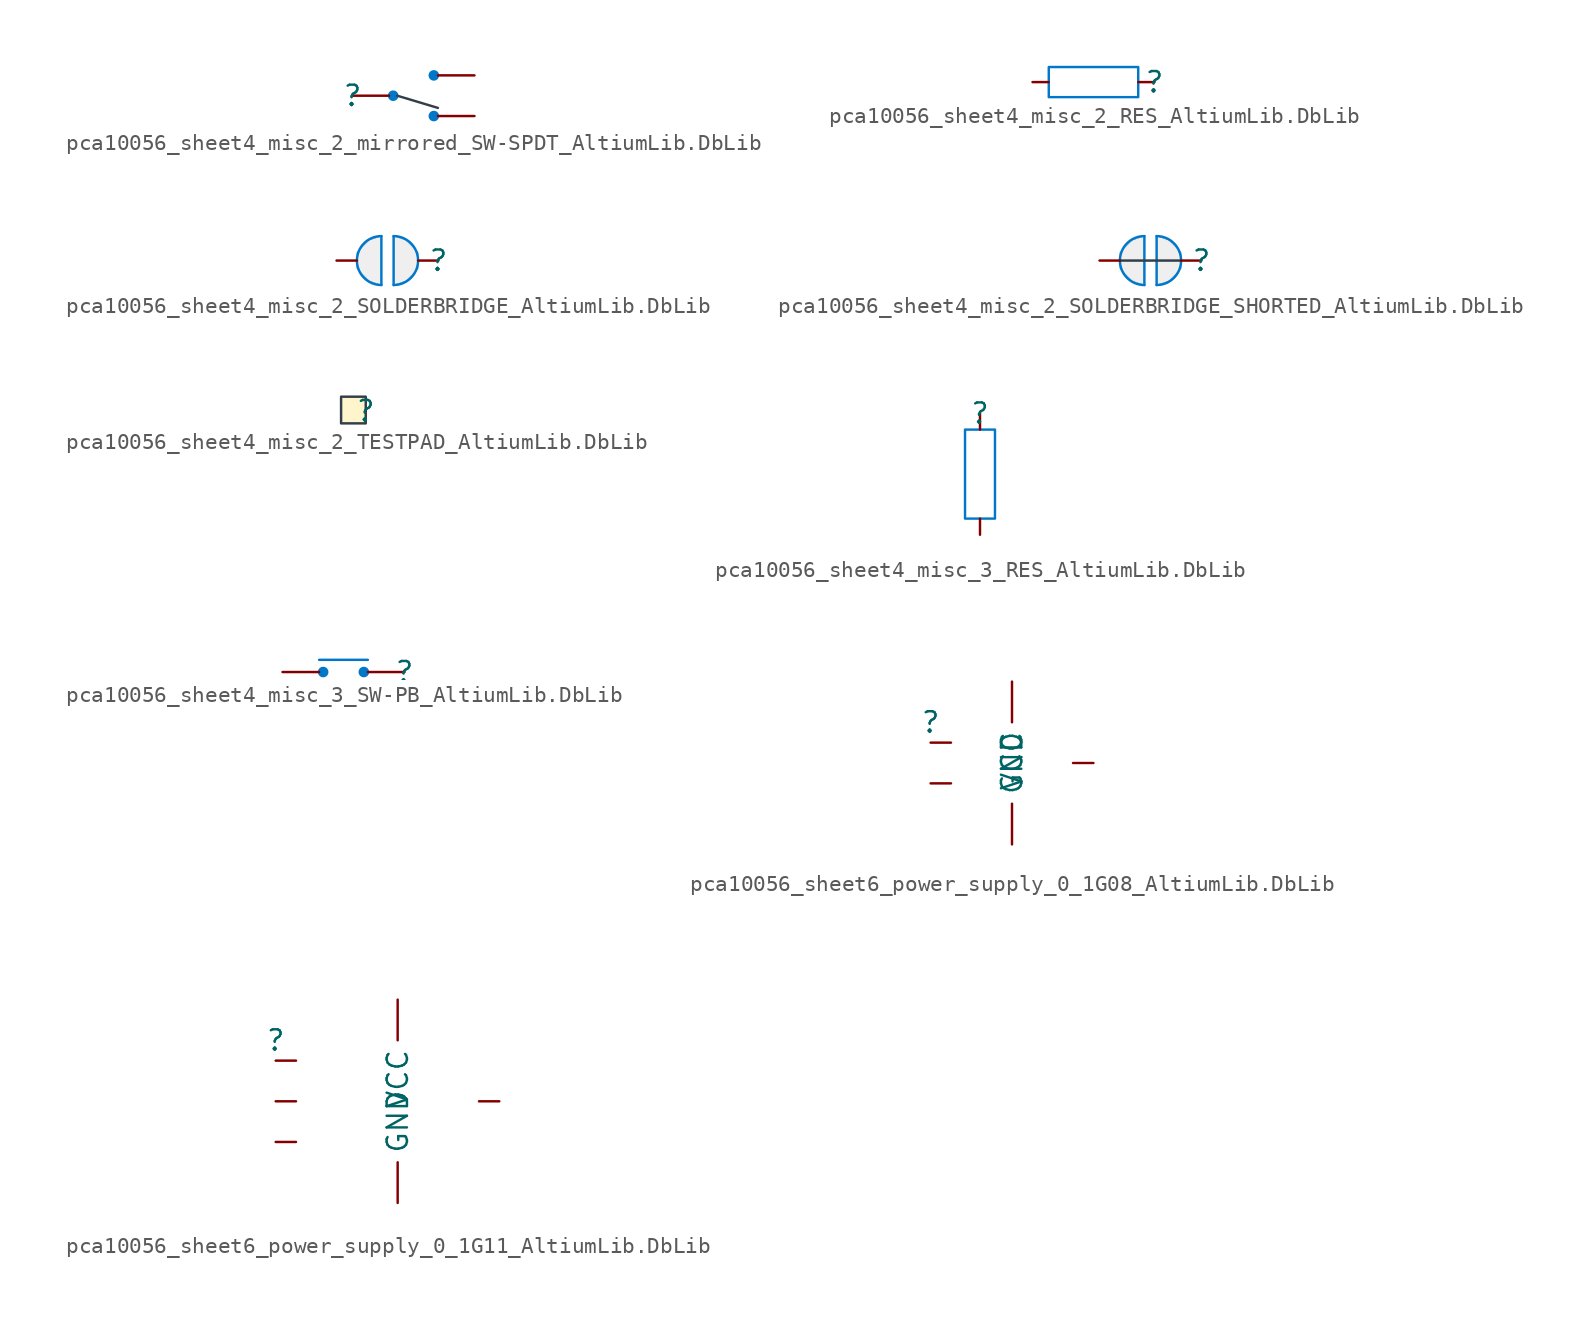
<source format=kicad_sym>
(kicad_symbol_lib
  (version 20241209)
  (generator "kicad_symbol_editor")
  (generator_version "9.0")
  (symbol "pca10056_sheet4_misc_2_mirrored_SW-SPDT_AltiumLib.DbLib"
    (pin_numbers
      (hide yes))
    (pin_names
      (hide yes))
    (property "Reference" ""
      (at 0 0 0)
      (effects (font (size 1.27 1.27))))
    (property "Value" ""
      (at 0 0 0)
      (effects (font (size 1.27 1.27))))
    (symbol "pca10056_sheet4_misc_2_mirrored_SW-SPDT_AltiumLib.DbLib_1_0"
      (circle (center 2.54 0) (radius 0.254) (stroke (width 0) (type solid) (color 0 119 200 1)) (fill (type outline)))
      (polyline (pts (xy 2.794 0) (xy 5.334 -0.762)) (stroke (width 0) (type solid) (color 51 63 72 1)) (fill (type none)))
      (circle (center 5.08 1.27) (radius 0.254) (stroke (width 0) (type solid) (color 0 119 200 1)) (fill (type outline)))
      (circle (center 5.08 -1.27) (radius 0.254) (stroke (width 0) (type solid) (color 0 119 200 1)) (fill (type outline)))
      (pin passive line (at 0 0 0) (length 2.286) (name "COM" (effects (font (size 1.27 1.27)))) (number "2" (effects (font (size 1.27 1.27)))))
      (pin passive line (at 7.62 1.27 180) (length 2.286) (name "N.O" (effects (font (size 1.27 1.27)))) (number "3" (effects (font (size 1.27 1.27)))))
      (pin passive line (at 7.62 -1.27 180) (length 2.286) (name "N.C" (effects (font (size 1.27 1.27)))) (number "1" (effects (font (size 1.27 1.27)))))))
  (symbol "pca10056_sheet4_misc_2_RES_AltiumLib.DbLib"
    (pin_numbers
      (hide yes))
    (pin_names
      (hide yes))
    (property "Reference" ""
      (at 0 0 0)
      (effects (font (size 1.27 1.27))))
    (property "Value" ""
      (at 0 0 0)
      (effects (font (size 1.27 1.27))))
    (symbol "pca10056_sheet4_misc_2_RES_AltiumLib.DbLib_1_0"
      (polyline (pts (xy -6.604 -0.94) (xy -1.016 -0.94) (xy -1.016 0.94) (xy -6.604 0.94) (xy -6.604 -0.94)) (stroke (width 0) (type solid) (color 0 119 200 1)) (fill (type none)))
      (pin passive line (at -7.62 0 0) (length 1.016) (name "2" (effects (font (size 1.27 1.27)))) (number "2" (effects (font (size 1.27 1.27)))))
      (pin passive line (at 0 0 180) (length 1.016) (name "1" (effects (font (size 1.27 1.27)))) (number "1" (effects (font (size 1.27 1.27)))))))
  (symbol "pca10056_sheet4_misc_2_SOLDERBRIDGE_AltiumLib.DbLib"
    (pin_numbers
      (hide yes))
    (pin_names
      (hide yes))
    (property "Reference" ""
      (at 0 0 0)
      (effects (font (size 1.27 1.27))))
    (property "Value" ""
      (at 0 0 0)
      (effects (font (size 1.27 1.27))))
    (symbol "pca10056_sheet4_misc_2_SOLDERBRIDGE_AltiumLib.DbLib_1_0"
      (arc (start -3.556 -1.524) (mid -5.08 0) (end -3.556 1.524) (stroke (width 0) (type solid) (color 0 119 200 1)) (fill (type none)))
      (polyline (pts (xy -3.556 -1.524) (xy -3.556 1.524)) (stroke (width 0) (type solid) (color 0 119 200 1)) (fill (type none)))
      (polyline (pts (xy -3.556 -1.524) (xy -4.318 -1.27) (xy -5.08 -0.508) (xy -5.08 0.508) (xy -4.318 1.27) (xy -3.556 1.524) (xy -3.556 -1.524)) (stroke (width 0.025) (type solid) (color 0 119 200 1)) (fill (type color) (color 239 239 239 1)))
      (polyline (pts (xy -2.794 1.524) (xy -2.794 -1.524)) (stroke (width 0) (type solid) (color 0 119 200 1)) (fill (type none)))
      (polyline (pts (xy -2.794 1.524) (xy -2.032 1.27) (xy -1.27 0.508) (xy -1.27 -0.508) (xy -2.032 -1.27) (xy -2.794 -1.524) (xy -2.794 1.524)) (stroke (width 0.025) (type solid) (color 0 119 200 1)) (fill (type color) (color 239 239 239 1)))
      (arc (start -2.794 1.524) (mid -1.27 0) (end -2.794 -1.524) (stroke (width 0) (type solid) (color 0 119 200 1)) (fill (type none)))
      (pin passive line (at -6.35 0 0) (length 1.27) (name "0" (effects (font (size 1.27 1.27)))) (number "1" (effects (font (size 1.27 1.27)))))
      (pin passive line (at 0 0 180) (length 1.27) (name "1" (effects (font (size 1.27 1.27)))) (number "2" (effects (font (size 1.27 1.27)))))))
  (symbol "pca10056_sheet4_misc_2_SOLDERBRIDGE_SHORTED_AltiumLib.DbLib"
    (pin_numbers
      (hide yes))
    (pin_names
      (hide yes))
    (property "Reference" ""
      (at 0 0 0)
      (effects (font (size 1.27 1.27))))
    (property "Value" ""
      (at 0 0 0)
      (effects (font (size 1.27 1.27))))
    (symbol "pca10056_sheet4_misc_2_SOLDERBRIDGE_SHORTED_AltiumLib.DbLib_1_0"
      (arc (start -3.556 -1.524) (mid -5.08 0) (end -3.556 1.524) (stroke (width 0) (type solid) (color 0 119 200 1)) (fill (type none)))
      (polyline (pts (xy -3.556 -1.524) (xy -3.556 1.524)) (stroke (width 0) (type solid) (color 0 119 200 1)) (fill (type none)))
      (polyline (pts (xy -3.556 -1.524) (xy -4.318 -1.27) (xy -5.08 -0.508) (xy -5.08 0.508) (xy -4.318 1.27) (xy -3.556 1.524) (xy -3.556 -1.524)) (stroke (width 0.025) (type solid) (color 0 119 200 1)) (fill (type color) (color 239 239 239 1)))
      (polyline (pts (xy -2.794 1.524) (xy -2.794 -1.524)) (stroke (width 0) (type solid) (color 0 119 200 1)) (fill (type none)))
      (polyline (pts (xy -2.794 1.524) (xy -2.032 1.27) (xy -1.27 0.508) (xy -1.27 -0.508) (xy -2.032 -1.27) (xy -2.794 -1.524) (xy -2.794 1.524)) (stroke (width 0.025) (type solid) (color 0 119 200 1)) (fill (type color) (color 239 239 239 1)))
      (arc (start -2.794 1.524) (mid -1.27 0) (end -2.794 -1.524) (stroke (width 0) (type solid) (color 0 119 200 1)) (fill (type none)))
      (polyline (pts (xy -1.27 0) (xy -5.08 0)) (stroke (width 0) (type solid) (color 51 63 72 1)) (fill (type none)))
      (pin passive line (at -6.35 0 0) (length 1.27) (name "0" (effects (font (size 1.27 1.27)))) (number "1" (effects (font (size 1.27 1.27)))))
      (pin passive line (at 0 0 180) (length 1.27) (name "1" (effects (font (size 1.27 1.27)))) (number "2" (effects (font (size 1.27 1.27)))))))
  (symbol "pca10056_sheet4_misc_2_TESTPAD_AltiumLib.DbLib"
    (pin_numbers
      (hide yes))
    (pin_names
      (hide yes))
    (property "Reference" ""
      (at 0 0 0)
      (effects (font (size 1.27 1.27))))
    (property "Value" ""
      (at 0 0 0)
      (effects (font (size 1.27 1.27))))
    (symbol "pca10056_sheet4_misc_2_TESTPAD_AltiumLib.DbLib_1_0"
      (rectangle (start 0 0.889) (end -1.524 -0.762) (stroke (width 0) (type solid) (color 51 63 72 1)) (fill (type color) (color 255 245 204 1)))
      (pin passive line (at 0 0 180) (length 0) (name "1" (effects (font (size 1.27 1.27)))) (number "1" (effects (font (size 1.27 1.27)))))))
  (symbol "pca10056_sheet4_misc_3_RES_AltiumLib.DbLib"
    (pin_numbers
      (hide yes))
    (pin_names
      (hide yes))
    (property "Reference" ""
      (at 0 0 0)
      (effects (font (size 1.27 1.27))))
    (property "Value" ""
      (at 0 0 0)
      (effects (font (size 1.27 1.27))))
    (symbol "pca10056_sheet4_misc_3_RES_AltiumLib.DbLib_1_0"
      (polyline (pts (xy 0.94 -6.604) (xy 0.94 -1.016) (xy -0.94 -1.016) (xy -0.94 -6.604) (xy 0.94 -6.604)) (stroke (width 0) (type solid) (color 0 119 200 1)) (fill (type none)))
      (pin passive line (at 0 0 270) (length 1.016) (name "1" (effects (font (size 1.27 1.27)))) (number "1" (effects (font (size 1.27 1.27)))))
      (pin passive line (at 0 -7.62 90) (length 1.016) (name "2" (effects (font (size 1.27 1.27)))) (number "2" (effects (font (size 1.27 1.27)))))))
  (symbol "pca10056_sheet4_misc_3_SW-PB_AltiumLib.DbLib"
    (pin_numbers
      (hide yes))
    (pin_names
      (hide yes))
    (property "Reference" ""
      (at 0 0 0)
      (effects (font (size 1.27 1.27))))
    (property "Value" ""
      (at 0 0 0)
      (effects (font (size 1.27 1.27))))
    (symbol "pca10056_sheet4_misc_3_SW-PB_AltiumLib.DbLib_1_0"
      (circle (center -5.08 0) (radius 0.254) (stroke (width 0) (type solid) (color 0 119 200 1)) (fill (type outline)))
      (circle (center -2.54 0) (radius 0.254) (stroke (width 0) (type solid) (color 0 119 200 1)) (fill (type outline)))
      (polyline (pts (xy -2.286 0.762) (xy -5.334 0.762)) (stroke (width 0) (type solid) (color 0 119 200 1)) (fill (type none)))
      (pin passive line (at -7.62 0 0) (length 2.286) (name "COM" (effects (font (size 1.27 1.27)))) (number "2" (effects (font (size 1.27 1.27)))))
      (pin passive line (at 0 0 180) (length 2.286) (name "N.O" (effects (font (size 1.27 1.27)))) (number "1" (effects (font (size 1.27 1.27)))))))
  (symbol "pca10056_sheet6_power_supply_0_1G08_AltiumLib.DbLib"
    (pin_numbers
      (hide yes))
    (property "Reference" ""
      (at 0 0 0)
      (effects (font (size 1.27 1.27))))
    (property "Value" ""
      (at 0 0 0)
      (effects (font (size 1.27 1.27))))
    (symbol "pca10056_sheet6_power_supply_0_1G08_AltiumLib.DbLib_1_0"
      (pin passive line (at 0 -1.27 0) (length 1.27) (name "A" (effects (font (size 0 0)))) (number "1" (effects (font (size 1.27 1.27)))))
      (pin passive line (at 0 -3.81 0) (length 1.27) (name "B" (effects (font (size 0 0)))) (number "2" (effects (font (size 1.27 1.27)))))
      (pin power_in line (at 5.08 2.54 270) (length 2.54) (name "VCC" (effects (font (size 1.27 1.27)))) (number "5" (effects (font (size 1.27 1.27)))))
      (pin power_in line (at 5.08 -7.62 90) (length 2.54) (name "GND" (effects (font (size 1.27 1.27)))) (number "3" (effects (font (size 1.27 1.27)))))
      (pin passive line (at 10.16 -2.54 180) (length 1.27) (name "Y" (effects (font (size 0 0)))) (number "4" (effects (font (size 1.27 1.27)))))))
  (symbol "pca10056_sheet6_power_supply_0_1G11_AltiumLib.DbLib"
    (pin_numbers
      (hide yes))
    (property "Reference" ""
      (at 0 0 0)
      (effects (font (size 1.27 1.27))))
    (property "Value" ""
      (at 0 0 0)
      (effects (font (size 1.27 1.27))))
    (symbol "pca10056_sheet6_power_supply_0_1G11_AltiumLib.DbLib_1_0"
      (pin passive line (at 0 -1.27 0) (length 1.27) (name "A" (effects (font (size 0 0)))) (number "1" (effects (font (size 1.27 1.27)))))
      (pin passive line (at 0 -3.81 0) (length 1.27) (name "B" (effects (font (size 0 0)))) (number "3" (effects (font (size 1.27 1.27)))))
      (pin passive line (at 0 -6.35 0) (length 1.27) (name "C" (effects (font (size 0 0)))) (number "6" (effects (font (size 1.27 1.27)))))
      (pin power_in line (at 7.62 2.54 270) (length 2.54) (name "VCC" (effects (font (size 1.27 1.27)))) (number "5" (effects (font (size 1.27 1.27)))))
      (pin power_in line (at 7.62 -10.16 90) (length 2.54) (name "GND" (effects (font (size 1.27 1.27)))) (number "2" (effects (font (size 1.27 1.27)))))
      (pin passive line (at 13.97 -3.81 180) (length 1.27) (name "Y" (effects (font (size 0 0)))) (number "4" (effects (font (size 1.27 1.27))))))))
</source>
